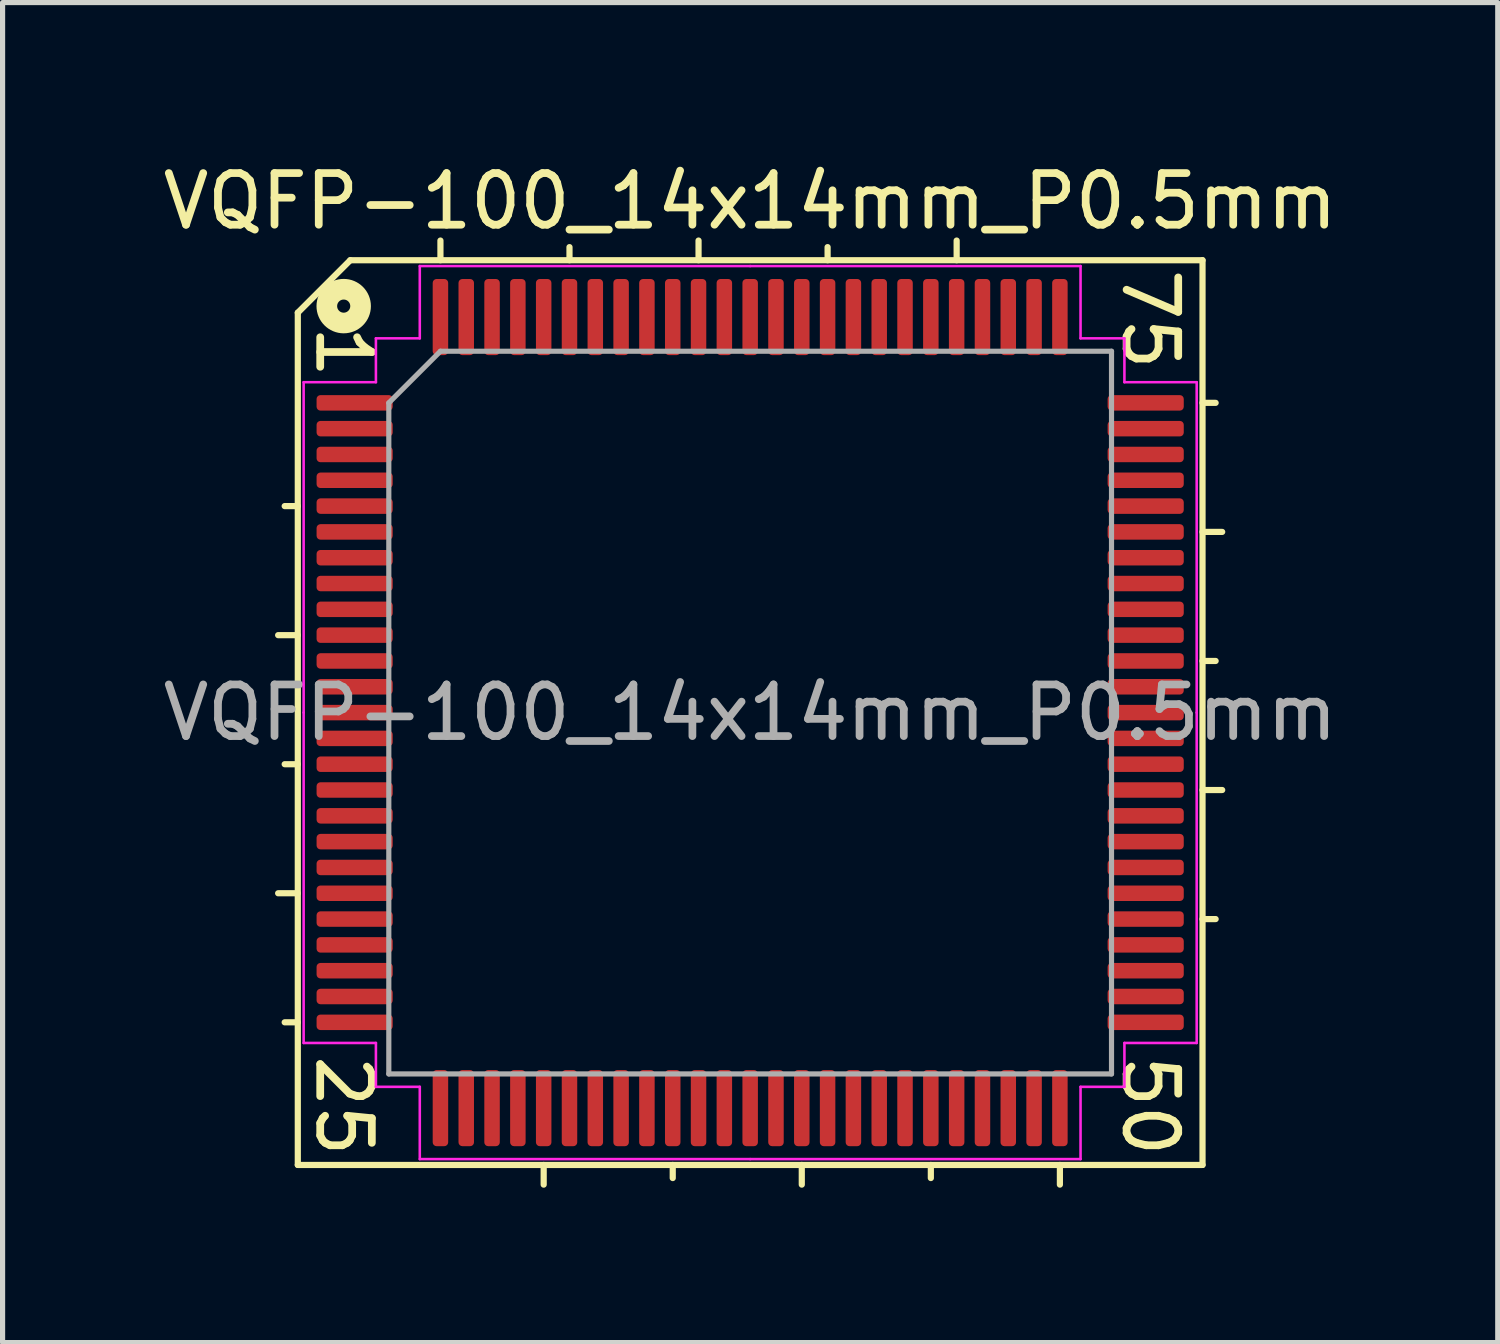
<source format=kicad_pcb>
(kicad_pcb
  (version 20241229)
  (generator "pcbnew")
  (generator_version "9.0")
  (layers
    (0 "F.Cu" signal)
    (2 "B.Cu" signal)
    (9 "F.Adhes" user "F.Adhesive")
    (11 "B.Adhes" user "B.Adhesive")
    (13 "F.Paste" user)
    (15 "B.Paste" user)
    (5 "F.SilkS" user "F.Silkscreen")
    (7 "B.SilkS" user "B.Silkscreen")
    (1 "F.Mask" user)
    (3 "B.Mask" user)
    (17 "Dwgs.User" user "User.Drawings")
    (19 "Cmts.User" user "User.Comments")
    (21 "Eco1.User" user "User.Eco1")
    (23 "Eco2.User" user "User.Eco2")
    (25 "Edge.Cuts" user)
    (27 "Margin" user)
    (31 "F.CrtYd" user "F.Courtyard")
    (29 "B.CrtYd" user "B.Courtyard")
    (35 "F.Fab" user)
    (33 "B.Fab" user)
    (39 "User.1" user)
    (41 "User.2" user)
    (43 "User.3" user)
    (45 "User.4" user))
  (footprint "VQFP-100_14x14mm_P0.5mm"
    (layer "F.Cu")
    (at 11.482 10.754)
    (property "Reference" "VQFP-100_14x14mm_P0.5mm" (at 0 -9.906 0) (layer "F.SilkS") (effects (font (size 1 1) (thickness 0.15))))
    (attr smd)
    (fp_line (start -8.763 -7.747) (end -8.763 8.763) (stroke (width 0.12) (type solid)) (layer "F.SilkS"))
    (fp_line (start -8.763 -4) (end -9.017 -4) (stroke (width 0.12) (type solid)) (layer "F.SilkS"))
    (fp_line (start -8.763 -1.5) (end -9.144 -1.5) (stroke (width 0.12) (type solid)) (layer "F.SilkS"))
    (fp_line (start -8.763 1) (end -9.017 1) (stroke (width 0.12) (type solid)) (layer "F.SilkS"))
    (fp_line (start -8.763 3.5) (end -9.144 3.5) (stroke (width 0.12) (type solid)) (layer "F.SilkS"))
    (fp_line (start -8.763 6) (end -9.017 6) (stroke (width 0.12) (type solid)) (layer "F.SilkS"))
    (fp_line (start -8.763 8.763) (end 8.763 8.763) (stroke (width 0.12) (type solid)) (layer "F.SilkS"))
    (fp_line (start -7.747 -8.763) (end -8.763 -7.747) (stroke (width 0.12) (type solid)) (layer "F.SilkS"))
    (fp_line (start -6 -8.763) (end -6 -9.144) (stroke (width 0.12) (type solid)) (layer "F.SilkS"))
    (fp_line (start -4 8.763) (end -4 9.144) (stroke (width 0.12) (type solid)) (layer "F.SilkS"))
    (fp_line (start -3.5 -8.763) (end -3.5 -9.017) (stroke (width 0.12) (type solid)) (layer "F.SilkS"))
    (fp_line (start -1.5 8.763) (end -1.5 9.017) (stroke (width 0.12) (type solid)) (layer "F.SilkS"))
    (fp_line (start -1 -8.763) (end -1 -9.144) (stroke (width 0.12) (type solid)) (layer "F.SilkS"))
    (fp_line (start 1 8.763) (end 1 9.144) (stroke (width 0.12) (type solid)) (layer "F.SilkS"))
    (fp_line (start 1.5 -8.763) (end 1.5 -9.017) (stroke (width 0.12) (type solid)) (layer "F.SilkS"))
    (fp_line (start 3.5 8.763) (end 3.5 9.017) (stroke (width 0.12) (type solid)) (layer "F.SilkS"))
    (fp_line (start 4 -8.763) (end 4 -9.144) (stroke (width 0.12) (type solid)) (layer "F.SilkS"))
    (fp_line (start 6 8.763) (end 6 9.144) (stroke (width 0.12) (type solid)) (layer "F.SilkS"))
    (fp_line (start 8.763 -8.763) (end -7.747 -8.763) (stroke (width 0.12) (type solid)) (layer "F.SilkS"))
    (fp_line (start 8.763 -6) (end 9.017 -6) (stroke (width 0.12) (type solid)) (layer "F.SilkS"))
    (fp_line (start 8.763 -3.5) (end 9.144 -3.5) (stroke (width 0.12) (type solid)) (layer "F.SilkS"))
    (fp_line (start 8.763 -1) (end 9.017 -1) (stroke (width 0.12) (type solid)) (layer "F.SilkS"))
    (fp_line (start 8.763 1.5) (end 9.144 1.5) (stroke (width 0.12) (type solid)) (layer "F.SilkS"))
    (fp_line (start 8.763 4) (end 9.017 4) (stroke (width 0.12) (type solid)) (layer "F.SilkS"))
    (fp_line (start 8.763 8.763) (end 8.763 -8.763) (stroke (width 0.12) (type solid)) (layer "F.SilkS"))
    (fp_circle (center -7.874 -7.874) (end -7.747 -7.874) (stroke (width 0.4) (type solid)) (fill no) (layer "F.SilkS"))
    (fp_line (start -8.65 -6.4) (end -8.65 0) (stroke (width 0.05) (type solid)) (layer "F.CrtYd"))
    (fp_line (start -8.65 6.4) (end -8.65 0) (stroke (width 0.05) (type solid)) (layer "F.CrtYd"))
    (fp_line (start -7.25 -7.25) (end -7.25 -6.4) (stroke (width 0.05) (type solid)) (layer "F.CrtYd"))
    (fp_line (start -7.25 -6.4) (end -8.65 -6.4) (stroke (width 0.05) (type solid)) (layer "F.CrtYd"))
    (fp_line (start -7.25 6.4) (end -8.65 6.4) (stroke (width 0.05) (type solid)) (layer "F.CrtYd"))
    (fp_line (start -7.25 7.25) (end -7.25 6.4) (stroke (width 0.05) (type solid)) (layer "F.CrtYd"))
    (fp_line (start -6.4 -8.65) (end -6.4 -7.25) (stroke (width 0.05) (type solid)) (layer "F.CrtYd"))
    (fp_line (start -6.4 -7.25) (end -7.25 -7.25) (stroke (width 0.05) (type solid)) (layer "F.CrtYd"))
    (fp_line (start -6.4 7.25) (end -7.25 7.25) (stroke (width 0.05) (type solid)) (layer "F.CrtYd"))
    (fp_line (start -6.4 8.65) (end -6.4 7.25) (stroke (width 0.05) (type solid)) (layer "F.CrtYd"))
    (fp_line (start 0 -8.65) (end -6.4 -8.65) (stroke (width 0.05) (type solid)) (layer "F.CrtYd"))
    (fp_line (start 0 -8.65) (end 6.4 -8.65) (stroke (width 0.05) (type solid)) (layer "F.CrtYd"))
    (fp_line (start 0 8.65) (end -6.4 8.65) (stroke (width 0.05) (type solid)) (layer "F.CrtYd"))
    (fp_line (start 0 8.65) (end 6.4 8.65) (stroke (width 0.05) (type solid)) (layer "F.CrtYd"))
    (fp_line (start 6.4 -8.65) (end 6.4 -7.25) (stroke (width 0.05) (type solid)) (layer "F.CrtYd"))
    (fp_line (start 6.4 -7.25) (end 7.25 -7.25) (stroke (width 0.05) (type solid)) (layer "F.CrtYd"))
    (fp_line (start 6.4 7.25) (end 7.25 7.25) (stroke (width 0.05) (type solid)) (layer "F.CrtYd"))
    (fp_line (start 6.4 8.65) (end 6.4 7.25) (stroke (width 0.05) (type solid)) (layer "F.CrtYd"))
    (fp_line (start 7.25 -7.25) (end 7.25 -6.4) (stroke (width 0.05) (type solid)) (layer "F.CrtYd"))
    (fp_line (start 7.25 -6.4) (end 8.65 -6.4) (stroke (width 0.05) (type solid)) (layer "F.CrtYd"))
    (fp_line (start 7.25 6.4) (end 8.65 6.4) (stroke (width 0.05) (type solid)) (layer "F.CrtYd"))
    (fp_line (start 7.25 7.25) (end 7.25 6.4) (stroke (width 0.05) (type solid)) (layer "F.CrtYd"))
    (fp_line (start 8.65 -6.4) (end 8.65 0) (stroke (width 0.05) (type solid)) (layer "F.CrtYd"))
    (fp_line (start 8.65 6.4) (end 8.65 0) (stroke (width 0.05) (type solid)) (layer "F.CrtYd"))
    (fp_line (start -7 -6) (end -6 -7) (stroke (width 0.1) (type solid)) (layer "F.Fab"))
    (fp_line (start -7 7) (end -7 -6) (stroke (width 0.1) (type solid)) (layer "F.Fab"))
    (fp_line (start -6 -7) (end 7 -7) (stroke (width 0.1) (type solid)) (layer "F.Fab"))
    (fp_line (start 7 -7) (end 7 7) (stroke (width 0.1) (type solid)) (layer "F.Fab"))
    (fp_line (start 7 7) (end -7 7) (stroke (width 0.1) (type solid)) (layer "F.Fab"))
    (fp_text user "1" (at -7.874 -6.985 270) (unlocked yes) (layer "F.SilkS") (effects (font (size 1 1) (thickness 0.15))))
    (fp_text user "50" (at 7.747 7.62 270) (unlocked yes) (layer "F.SilkS") (effects (font (size 1 1) (thickness 0.15))))
    (fp_text user "25" (at -7.874 7.62 270) (unlocked yes) (layer "F.SilkS") (effects (font (size 1 1) (thickness 0.15))))
    (fp_text user "75" (at 7.747 -7.62 270) (unlocked yes) (layer "F.SilkS") (effects (font (size 1 1) (thickness 0.15))))
    (fp_text user "${REFERENCE}" (at 0 0 0) (layer "F.Fab") (effects (font (size 1 1) (thickness 0.15))))
    (pad "1" smd roundrect (at -7.662 -6) (size 1.475 0.3) (layers "F.Cu" "F.Mask" "F.Paste") (roundrect_rratio 0.25))
    (pad "2" smd roundrect (at -7.662 -5.5) (size 1.475 0.3) (layers "F.Cu" "F.Mask" "F.Paste") (roundrect_rratio 0.25))
    (pad "3" smd roundrect (at -7.662 -5) (size 1.475 0.3) (layers "F.Cu" "F.Mask" "F.Paste") (roundrect_rratio 0.25))
    (pad "4" smd roundrect (at -7.662 -4.5) (size 1.475 0.3) (layers "F.Cu" "F.Mask" "F.Paste") (roundrect_rratio 0.25))
    (pad "5" smd roundrect (at -7.662 -4) (size 1.475 0.3) (layers "F.Cu" "F.Mask" "F.Paste") (roundrect_rratio 0.25))
    (pad "6" smd roundrect (at -7.662 -3.5) (size 1.475 0.3) (layers "F.Cu" "F.Mask" "F.Paste") (roundrect_rratio 0.25))
    (pad "7" smd roundrect (at -7.662 -3) (size 1.475 0.3) (layers "F.Cu" "F.Mask" "F.Paste") (roundrect_rratio 0.25))
    (pad "8" smd roundrect (at -7.662 -2.5) (size 1.475 0.3) (layers "F.Cu" "F.Mask" "F.Paste") (roundrect_rratio 0.25))
    (pad "9" smd roundrect (at -7.662 -2) (size 1.475 0.3) (layers "F.Cu" "F.Mask" "F.Paste") (roundrect_rratio 0.25))
    (pad "10" smd roundrect (at -7.662 -1.5) (size 1.475 0.3) (layers "F.Cu" "F.Mask" "F.Paste") (roundrect_rratio 0.25))
    (pad "11" smd roundrect (at -7.662 -1) (size 1.475 0.3) (layers "F.Cu" "F.Mask" "F.Paste") (roundrect_rratio 0.25))
    (pad "12" smd roundrect (at -7.662 -0.5) (size 1.475 0.3) (layers "F.Cu" "F.Mask" "F.Paste") (roundrect_rratio 0.25))
    (pad "13" smd roundrect (at -7.662 0) (size 1.475 0.3) (layers "F.Cu" "F.Mask" "F.Paste") (roundrect_rratio 0.25))
    (pad "14" smd roundrect (at -7.662 0.5) (size 1.475 0.3) (layers "F.Cu" "F.Mask" "F.Paste") (roundrect_rratio 0.25))
    (pad "15" smd roundrect (at -7.662 1) (size 1.475 0.3) (layers "F.Cu" "F.Mask" "F.Paste") (roundrect_rratio 0.25))
    (pad "16" smd roundrect (at -7.662 1.5) (size 1.475 0.3) (layers "F.Cu" "F.Mask" "F.Paste") (roundrect_rratio 0.25))
    (pad "17" smd roundrect (at -7.662 2) (size 1.475 0.3) (layers "F.Cu" "F.Mask" "F.Paste") (roundrect_rratio 0.25))
    (pad "18" smd roundrect (at -7.662 2.5) (size 1.475 0.3) (layers "F.Cu" "F.Mask" "F.Paste") (roundrect_rratio 0.25))
    (pad "19" smd roundrect (at -7.662 3) (size 1.475 0.3) (layers "F.Cu" "F.Mask" "F.Paste") (roundrect_rratio 0.25))
    (pad "20" smd roundrect (at -7.662 3.5) (size 1.475 0.3) (layers "F.Cu" "F.Mask" "F.Paste") (roundrect_rratio 0.25))
    (pad "21" smd roundrect (at -7.662 4) (size 1.475 0.3) (layers "F.Cu" "F.Mask" "F.Paste") (roundrect_rratio 0.25))
    (pad "22" smd roundrect (at -7.662 4.5) (size 1.475 0.3) (layers "F.Cu" "F.Mask" "F.Paste") (roundrect_rratio 0.25))
    (pad "23" smd roundrect (at -7.662 5) (size 1.475 0.3) (layers "F.Cu" "F.Mask" "F.Paste") (roundrect_rratio 0.25))
    (pad "24" smd roundrect (at -7.662 5.5) (size 1.475 0.3) (layers "F.Cu" "F.Mask" "F.Paste") (roundrect_rratio 0.25))
    (pad "25" smd roundrect (at -7.662 6) (size 1.475 0.3) (layers "F.Cu" "F.Mask" "F.Paste") (roundrect_rratio 0.25))
    (pad "26" smd roundrect (at -6 7.662) (size 0.3 1.475) (layers "F.Cu" "F.Mask" "F.Paste") (roundrect_rratio 0.25))
    (pad "27" smd roundrect (at -5.5 7.662) (size 0.3 1.475) (layers "F.Cu" "F.Mask" "F.Paste") (roundrect_rratio 0.25))
    (pad "28" smd roundrect (at -5 7.662) (size 0.3 1.475) (layers "F.Cu" "F.Mask" "F.Paste") (roundrect_rratio 0.25))
    (pad "29" smd roundrect (at -4.5 7.662) (size 0.3 1.475) (layers "F.Cu" "F.Mask" "F.Paste") (roundrect_rratio 0.25))
    (pad "30" smd roundrect (at -4 7.662) (size 0.3 1.475) (layers "F.Cu" "F.Mask" "F.Paste") (roundrect_rratio 0.25))
    (pad "31" smd roundrect (at -3.5 7.662) (size 0.3 1.475) (layers "F.Cu" "F.Mask" "F.Paste") (roundrect_rratio 0.25))
    (pad "32" smd roundrect (at -3 7.662) (size 0.3 1.475) (layers "F.Cu" "F.Mask" "F.Paste") (roundrect_rratio 0.25))
    (pad "33" smd roundrect (at -2.5 7.662) (size 0.3 1.475) (layers "F.Cu" "F.Mask" "F.Paste") (roundrect_rratio 0.25))
    (pad "34" smd roundrect (at -2 7.662) (size 0.3 1.475) (layers "F.Cu" "F.Mask" "F.Paste") (roundrect_rratio 0.25))
    (pad "35" smd roundrect (at -1.5 7.662) (size 0.3 1.475) (layers "F.Cu" "F.Mask" "F.Paste") (roundrect_rratio 0.25))
    (pad "36" smd roundrect (at -1 7.662) (size 0.3 1.475) (layers "F.Cu" "F.Mask" "F.Paste") (roundrect_rratio 0.25))
    (pad "37" smd roundrect (at -0.5 7.662) (size 0.3 1.475) (layers "F.Cu" "F.Mask" "F.Paste") (roundrect_rratio 0.25))
    (pad "38" smd roundrect (at 0 7.662) (size 0.3 1.475) (layers "F.Cu" "F.Mask" "F.Paste") (roundrect_rratio 0.25))
    (pad "39" smd roundrect (at 0.5 7.662) (size 0.3 1.475) (layers "F.Cu" "F.Mask" "F.Paste") (roundrect_rratio 0.25))
    (pad "40" smd roundrect (at 1 7.662) (size 0.3 1.475) (layers "F.Cu" "F.Mask" "F.Paste") (roundrect_rratio 0.25))
    (pad "41" smd roundrect (at 1.5 7.662) (size 0.3 1.475) (layers "F.Cu" "F.Mask" "F.Paste") (roundrect_rratio 0.25))
    (pad "42" smd roundrect (at 2 7.662) (size 0.3 1.475) (layers "F.Cu" "F.Mask" "F.Paste") (roundrect_rratio 0.25))
    (pad "43" smd roundrect (at 2.5 7.662) (size 0.3 1.475) (layers "F.Cu" "F.Mask" "F.Paste") (roundrect_rratio 0.25))
    (pad "44" smd roundrect (at 3 7.662) (size 0.3 1.475) (layers "F.Cu" "F.Mask" "F.Paste") (roundrect_rratio 0.25))
    (pad "45" smd roundrect (at 3.5 7.662) (size 0.3 1.475) (layers "F.Cu" "F.Mask" "F.Paste") (roundrect_rratio 0.25))
    (pad "46" smd roundrect (at 4 7.662) (size 0.3 1.475) (layers "F.Cu" "F.Mask" "F.Paste") (roundrect_rratio 0.25))
    (pad "47" smd roundrect (at 4.5 7.662) (size 0.3 1.475) (layers "F.Cu" "F.Mask" "F.Paste") (roundrect_rratio 0.25))
    (pad "48" smd roundrect (at 5 7.662) (size 0.3 1.475) (layers "F.Cu" "F.Mask" "F.Paste") (roundrect_rratio 0.25))
    (pad "49" smd roundrect (at 5.5 7.662) (size 0.3 1.475) (layers "F.Cu" "F.Mask" "F.Paste") (roundrect_rratio 0.25))
    (pad "50" smd roundrect (at 6 7.662) (size 0.3 1.475) (layers "F.Cu" "F.Mask" "F.Paste") (roundrect_rratio 0.25))
    (pad "51" smd roundrect (at 7.662 6) (size 1.475 0.3) (layers "F.Cu" "F.Mask" "F.Paste") (roundrect_rratio 0.25))
    (pad "52" smd roundrect (at 7.662 5.5) (size 1.475 0.3) (layers "F.Cu" "F.Mask" "F.Paste") (roundrect_rratio 0.25))
    (pad "53" smd roundrect (at 7.662 5) (size 1.475 0.3) (layers "F.Cu" "F.Mask" "F.Paste") (roundrect_rratio 0.25))
    (pad "54" smd roundrect (at 7.662 4.5) (size 1.475 0.3) (layers "F.Cu" "F.Mask" "F.Paste") (roundrect_rratio 0.25))
    (pad "55" smd roundrect (at 7.662 4) (size 1.475 0.3) (layers "F.Cu" "F.Mask" "F.Paste") (roundrect_rratio 0.25))
    (pad "56" smd roundrect (at 7.662 3.5) (size 1.475 0.3) (layers "F.Cu" "F.Mask" "F.Paste") (roundrect_rratio 0.25))
    (pad "57" smd roundrect (at 7.662 3) (size 1.475 0.3) (layers "F.Cu" "F.Mask" "F.Paste") (roundrect_rratio 0.25))
    (pad "58" smd roundrect (at 7.662 2.5) (size 1.475 0.3) (layers "F.Cu" "F.Mask" "F.Paste") (roundrect_rratio 0.25))
    (pad "59" smd roundrect (at 7.662 2) (size 1.475 0.3) (layers "F.Cu" "F.Mask" "F.Paste") (roundrect_rratio 0.25))
    (pad "60" smd roundrect (at 7.662 1.5) (size 1.475 0.3) (layers "F.Cu" "F.Mask" "F.Paste") (roundrect_rratio 0.25))
    (pad "61" smd roundrect (at 7.662 1) (size 1.475 0.3) (layers "F.Cu" "F.Mask" "F.Paste") (roundrect_rratio 0.25))
    (pad "62" smd roundrect (at 7.662 0.5) (size 1.475 0.3) (layers "F.Cu" "F.Mask" "F.Paste") (roundrect_rratio 0.25))
    (pad "63" smd roundrect (at 7.662 0) (size 1.475 0.3) (layers "F.Cu" "F.Mask" "F.Paste") (roundrect_rratio 0.25))
    (pad "64" smd roundrect (at 7.662 -0.5) (size 1.475 0.3) (layers "F.Cu" "F.Mask" "F.Paste") (roundrect_rratio 0.25))
    (pad "65" smd roundrect (at 7.662 -1) (size 1.475 0.3) (layers "F.Cu" "F.Mask" "F.Paste") (roundrect_rratio 0.25))
    (pad "66" smd roundrect (at 7.662 -1.5) (size 1.475 0.3) (layers "F.Cu" "F.Mask" "F.Paste") (roundrect_rratio 0.25))
    (pad "67" smd roundrect (at 7.662 -2) (size 1.475 0.3) (layers "F.Cu" "F.Mask" "F.Paste") (roundrect_rratio 0.25))
    (pad "68" smd roundrect (at 7.662 -2.5) (size 1.475 0.3) (layers "F.Cu" "F.Mask" "F.Paste") (roundrect_rratio 0.25))
    (pad "69" smd roundrect (at 7.662 -3) (size 1.475 0.3) (layers "F.Cu" "F.Mask" "F.Paste") (roundrect_rratio 0.25))
    (pad "70" smd roundrect (at 7.662 -3.5) (size 1.475 0.3) (layers "F.Cu" "F.Mask" "F.Paste") (roundrect_rratio 0.25))
    (pad "71" smd roundrect (at 7.662 -4) (size 1.475 0.3) (layers "F.Cu" "F.Mask" "F.Paste") (roundrect_rratio 0.25))
    (pad "72" smd roundrect (at 7.662 -4.5) (size 1.475 0.3) (layers "F.Cu" "F.Mask" "F.Paste") (roundrect_rratio 0.25))
    (pad "73" smd roundrect (at 7.662 -5) (size 1.475 0.3) (layers "F.Cu" "F.Mask" "F.Paste") (roundrect_rratio 0.25))
    (pad "74" smd roundrect (at 7.662 -5.5) (size 1.475 0.3) (layers "F.Cu" "F.Mask" "F.Paste") (roundrect_rratio 0.25))
    (pad "75" smd roundrect (at 7.662 -6) (size 1.475 0.3) (layers "F.Cu" "F.Mask" "F.Paste") (roundrect_rratio 0.25))
    (pad "76" smd roundrect (at 6 -7.662) (size 0.3 1.475) (layers "F.Cu" "F.Mask" "F.Paste") (roundrect_rratio 0.25))
    (pad "77" smd roundrect (at 5.5 -7.662) (size 0.3 1.475) (layers "F.Cu" "F.Mask" "F.Paste") (roundrect_rratio 0.25))
    (pad "78" smd roundrect (at 5 -7.662) (size 0.3 1.475) (layers "F.Cu" "F.Mask" "F.Paste") (roundrect_rratio 0.25))
    (pad "79" smd roundrect (at 4.5 -7.662) (size 0.3 1.475) (layers "F.Cu" "F.Mask" "F.Paste") (roundrect_rratio 0.25))
    (pad "80" smd roundrect (at 4 -7.662) (size 0.3 1.475) (layers "F.Cu" "F.Mask" "F.Paste") (roundrect_rratio 0.25))
    (pad "81" smd roundrect (at 3.5 -7.662) (size 0.3 1.475) (layers "F.Cu" "F.Mask" "F.Paste") (roundrect_rratio 0.25))
    (pad "82" smd roundrect (at 3 -7.662) (size 0.3 1.475) (layers "F.Cu" "F.Mask" "F.Paste") (roundrect_rratio 0.25))
    (pad "83" smd roundrect (at 2.5 -7.662) (size 0.3 1.475) (layers "F.Cu" "F.Mask" "F.Paste") (roundrect_rratio 0.25))
    (pad "84" smd roundrect (at 2 -7.662) (size 0.3 1.475) (layers "F.Cu" "F.Mask" "F.Paste") (roundrect_rratio 0.25))
    (pad "85" smd roundrect (at 1.5 -7.662) (size 0.3 1.475) (layers "F.Cu" "F.Mask" "F.Paste") (roundrect_rratio 0.25))
    (pad "86" smd roundrect (at 1 -7.662) (size 0.3 1.475) (layers "F.Cu" "F.Mask" "F.Paste") (roundrect_rratio 0.25))
    (pad "87" smd roundrect (at 0.5 -7.662) (size 0.3 1.475) (layers "F.Cu" "F.Mask" "F.Paste") (roundrect_rratio 0.25))
    (pad "88" smd roundrect (at 0 -7.662) (size 0.3 1.475) (layers "F.Cu" "F.Mask" "F.Paste") (roundrect_rratio 0.25))
    (pad "89" smd roundrect (at -0.5 -7.662) (size 0.3 1.475) (layers "F.Cu" "F.Mask" "F.Paste") (roundrect_rratio 0.25))
    (pad "90" smd roundrect (at -1 -7.662) (size 0.3 1.475) (layers "F.Cu" "F.Mask" "F.Paste") (roundrect_rratio 0.25))
    (pad "91" smd roundrect (at -1.5 -7.662) (size 0.3 1.475) (layers "F.Cu" "F.Mask" "F.Paste") (roundrect_rratio 0.25))
    (pad "92" smd roundrect (at -2 -7.662) (size 0.3 1.475) (layers "F.Cu" "F.Mask" "F.Paste") (roundrect_rratio 0.25))
    (pad "93" smd roundrect (at -2.5 -7.662) (size 0.3 1.475) (layers "F.Cu" "F.Mask" "F.Paste") (roundrect_rratio 0.25))
    (pad "94" smd roundrect (at -3 -7.662) (size 0.3 1.475) (layers "F.Cu" "F.Mask" "F.Paste") (roundrect_rratio 0.25))
    (pad "95" smd roundrect (at -3.5 -7.662) (size 0.3 1.475) (layers "F.Cu" "F.Mask" "F.Paste") (roundrect_rratio 0.25))
    (pad "96" smd roundrect (at -4 -7.662) (size 0.3 1.475) (layers "F.Cu" "F.Mask" "F.Paste") (roundrect_rratio 0.25))
    (pad "97" smd roundrect (at -4.5 -7.662) (size 0.3 1.475) (layers "F.Cu" "F.Mask" "F.Paste") (roundrect_rratio 0.25))
    (pad "98" smd roundrect (at -5 -7.662) (size 0.3 1.475) (layers "F.Cu" "F.Mask" "F.Paste") (roundrect_rratio 0.25))
    (pad "99" smd roundrect (at -5.5 -7.662) (size 0.3 1.475) (layers "F.Cu" "F.Mask" "F.Paste") (roundrect_rratio 0.25))
    (pad "100" smd roundrect (at -6 -7.662) (size 0.3 1.475) (layers "F.Cu" "F.Mask" "F.Paste") (roundrect_rratio 0.25)))
  (gr_rect
    (start -3 -3)
    (end 25.964 22.958)
    (stroke (width 0.1) (type default))
    (fill no)
    (layer "Edge.Cuts")))
</source>
